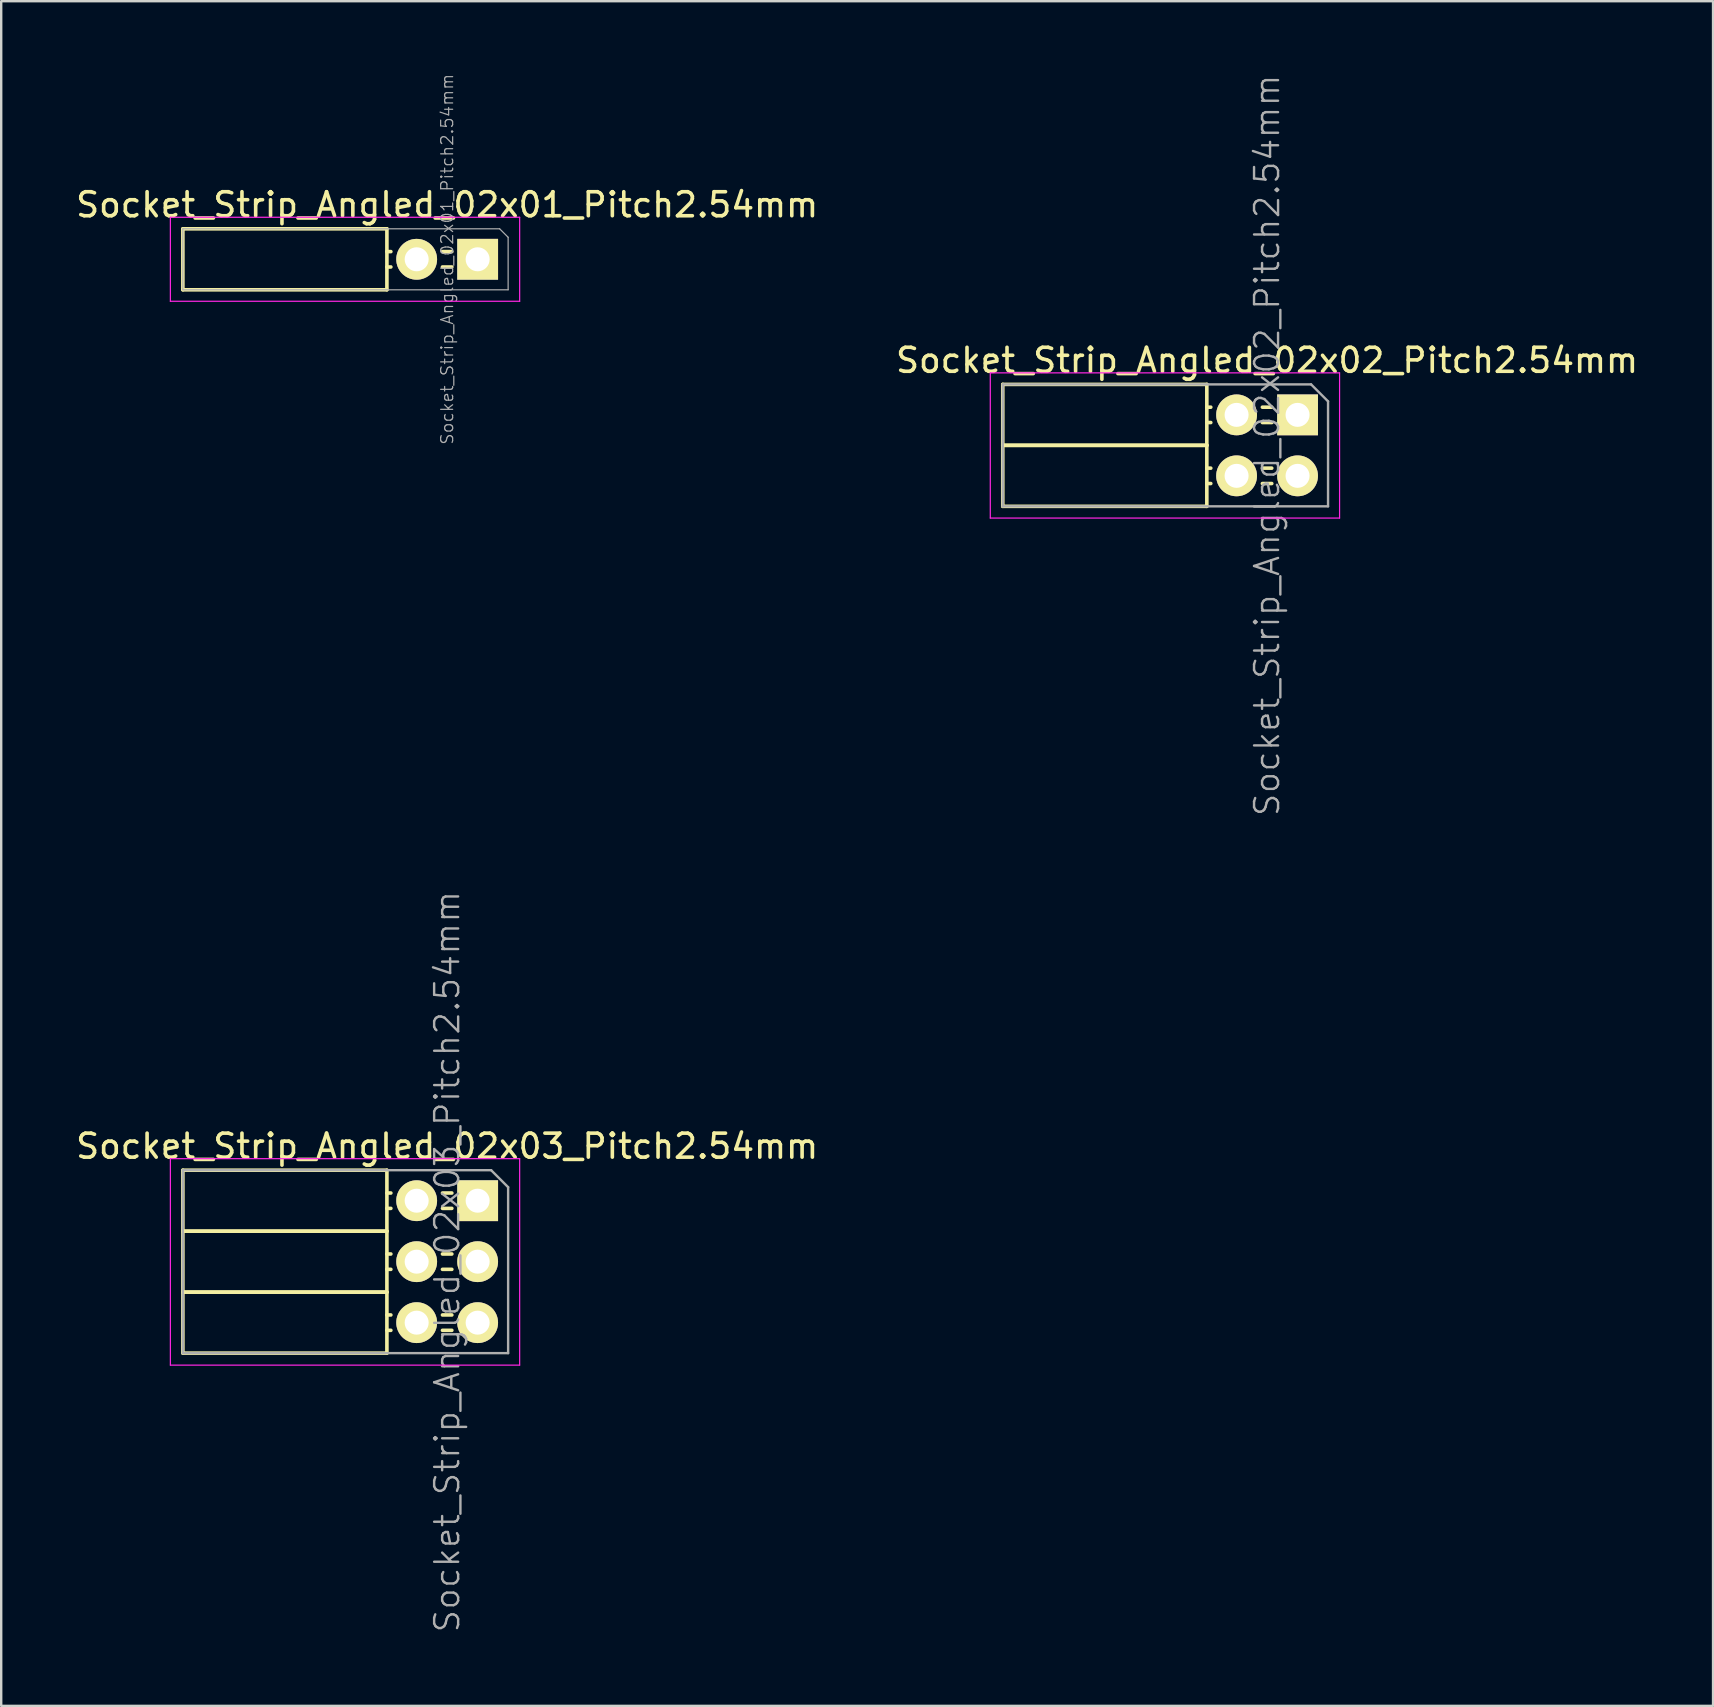
<source format=kicad_pcb>
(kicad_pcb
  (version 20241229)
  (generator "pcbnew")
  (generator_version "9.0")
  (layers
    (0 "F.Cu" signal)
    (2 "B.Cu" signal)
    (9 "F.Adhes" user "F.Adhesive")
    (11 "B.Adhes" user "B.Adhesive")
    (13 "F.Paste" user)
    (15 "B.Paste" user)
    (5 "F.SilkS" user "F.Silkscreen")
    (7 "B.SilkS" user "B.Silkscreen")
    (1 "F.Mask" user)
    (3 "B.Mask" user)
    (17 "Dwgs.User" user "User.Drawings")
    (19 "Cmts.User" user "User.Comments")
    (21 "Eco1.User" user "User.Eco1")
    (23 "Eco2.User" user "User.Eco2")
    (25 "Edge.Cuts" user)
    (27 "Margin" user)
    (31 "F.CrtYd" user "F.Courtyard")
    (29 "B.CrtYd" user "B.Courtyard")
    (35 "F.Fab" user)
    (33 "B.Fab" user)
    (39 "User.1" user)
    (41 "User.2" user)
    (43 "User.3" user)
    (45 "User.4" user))
  (footprint "Socket_Strip_Angled_02x02_Pitch2.54mm"
    (layer "F.Cu")
    (at 51.002 14.232)
    (property "Reference" "Socket_Strip_Angled_02x02_Pitch2.54mm" (at -1.27 -2.27 0) (layer "F.SilkS") (effects (font (size 1 1) (thickness 0.15))))
    (attr smd)
    (fp_line (start -12.28 -1.27) (end -12.28 1.27) (stroke (width 0.15) (type solid)) (layer "F.SilkS"))
    (fp_line (start -12.28 -1.27) (end -3.78 -1.27) (stroke (width 0.15) (type solid)) (layer "F.SilkS"))
    (fp_line (start -12.28 1.27) (end -12.28 3.81) (stroke (width 0.15) (type solid)) (layer "F.SilkS"))
    (fp_line (start -12.28 1.27) (end -3.78 1.27) (stroke (width 0.15) (type solid)) (layer "F.SilkS"))
    (fp_line (start -12.28 1.27) (end -3.78 1.27) (stroke (width 0.15) (type solid)) (layer "F.SilkS"))
    (fp_line (start -12.28 3.81) (end -3.78 3.81) (stroke (width 0.15) (type solid)) (layer "F.SilkS"))
    (fp_line (start -3.78 -1.27) (end -3.78 1.27) (stroke (width 0.15) (type solid)) (layer "F.SilkS"))
    (fp_line (start -3.78 -0.32) (end -3.615 -0.32) (stroke (width 0.15) (type solid)) (layer "F.SilkS"))
    (fp_line (start -3.78 0.32) (end -3.615 0.32) (stroke (width 0.15) (type solid)) (layer "F.SilkS"))
    (fp_line (start -3.78 1.27) (end -3.78 3.81) (stroke (width 0.15) (type solid)) (layer "F.SilkS"))
    (fp_line (start -3.78 2.22) (end -3.615 2.22) (stroke (width 0.15) (type solid)) (layer "F.SilkS"))
    (fp_line (start -3.78 2.86) (end -3.615 2.86) (stroke (width 0.15) (type solid)) (layer "F.SilkS"))
    (fp_line (start -1.075 -0.32) (end -1.465 -0.32) (stroke (width 0.15) (type solid)) (layer "F.SilkS"))
    (fp_line (start -1.075 0.32) (end -1.465 0.32) (stroke (width 0.15) (type solid)) (layer "F.SilkS"))
    (fp_line (start -1.075 2.22) (end -1.465 2.22) (stroke (width 0.15) (type solid)) (layer "F.SilkS"))
    (fp_line (start -1.075 2.86) (end -1.465 2.86) (stroke (width 0.15) (type solid)) (layer "F.SilkS"))
    (fp_line (start -12.8 -1.75) (end 1.75 -1.75) (stroke (width 0.05) (type solid)) (layer "F.CrtYd"))
    (fp_line (start -12.8 4.3) (end -12.8 -1.75) (stroke (width 0.05) (type solid)) (layer "F.CrtYd"))
    (fp_line (start -12.8 4.3) (end 1.75 4.3) (stroke (width 0.05) (type solid)) (layer "F.CrtYd"))
    (fp_line (start 1.75 4.3) (end 1.75 -1.75) (stroke (width 0.05) (type solid)) (layer "F.CrtYd"))
    (fp_line (start -12.28 -1.27) (end 0.563 -1.27) (stroke (width 0.1) (type solid)) (layer "F.Fab"))
    (fp_line (start -12.28 3.81) (end -12.28 -1.27) (stroke (width 0.1) (type solid)) (layer "F.Fab"))
    (fp_line (start -12.28 3.81) (end 1.27 3.81) (stroke (width 0.1) (type solid)) (layer "F.Fab"))
    (fp_line (start 1.27 -0.563) (end 0.563 -1.27) (stroke (width 0.1) (type solid)) (layer "F.Fab"))
    (fp_line (start 1.27 3.81) (end 1.27 -0.563) (stroke (width 0.1) (type solid)) (layer "F.Fab"))
    (fp_text user "${REFERENCE}" (at -1.27 1.27 90) (layer "F.Fab") (effects (font (size 1 1) (thickness 0.1))))
    (pad "1" thru_hole rect (at 0 0) (size 1.7 1.7) (drill 1) (layers "*.Cu" "*.Mask" "F.SilkS"))
    (pad "2" thru_hole oval (at -2.54 0) (size 1.7 1.7) (drill 1) (layers "*.Cu" "*.Mask" "F.SilkS"))
    (pad "3" thru_hole oval (at 0 2.54) (size 1.7 1.7) (drill 1) (layers "*.Cu" "*.Mask" "F.SilkS"))
    (pad "4" thru_hole oval (at -2.54 2.54) (size 1.7 1.7) (drill 1) (layers "*.Cu" "*.Mask" "F.SilkS")))
  (footprint "Socket_Strip_Angled_02x03_Pitch2.54mm"
    (layer "F.Cu")
    (at 16.847 46.967)
    (property "Reference" "Socket_Strip_Angled_02x03_Pitch2.54mm" (at -1.27 -2.27 0) (layer "F.SilkS") (effects (font (size 1 1) (thickness 0.15))))
    (attr smd)
    (fp_line (start -12.28 -1.27) (end -12.28 1.27) (stroke (width 0.15) (type solid)) (layer "F.SilkS"))
    (fp_line (start -12.28 -1.27) (end -3.78 -1.27) (stroke (width 0.15) (type solid)) (layer "F.SilkS"))
    (fp_line (start -12.28 1.27) (end -12.28 3.81) (stroke (width 0.15) (type solid)) (layer "F.SilkS"))
    (fp_line (start -12.28 1.27) (end -3.78 1.27) (stroke (width 0.15) (type solid)) (layer "F.SilkS"))
    (fp_line (start -12.28 1.27) (end -3.78 1.27) (stroke (width 0.15) (type solid)) (layer "F.SilkS"))
    (fp_line (start -12.28 3.81) (end -12.28 6.35) (stroke (width 0.15) (type solid)) (layer "F.SilkS"))
    (fp_line (start -12.28 3.81) (end -3.78 3.81) (stroke (width 0.15) (type solid)) (layer "F.SilkS"))
    (fp_line (start -12.28 3.81) (end -3.78 3.81) (stroke (width 0.15) (type solid)) (layer "F.SilkS"))
    (fp_line (start -12.28 6.35) (end -3.78 6.35) (stroke (width 0.15) (type solid)) (layer "F.SilkS"))
    (fp_line (start -3.78 -1.27) (end -3.78 1.27) (stroke (width 0.15) (type solid)) (layer "F.SilkS"))
    (fp_line (start -3.78 -0.32) (end -3.615 -0.32) (stroke (width 0.15) (type solid)) (layer "F.SilkS"))
    (fp_line (start -3.78 0.32) (end -3.615 0.32) (stroke (width 0.15) (type solid)) (layer "F.SilkS"))
    (fp_line (start -3.78 1.27) (end -3.78 3.81) (stroke (width 0.15) (type solid)) (layer "F.SilkS"))
    (fp_line (start -3.78 2.22) (end -3.615 2.22) (stroke (width 0.15) (type solid)) (layer "F.SilkS"))
    (fp_line (start -3.78 2.86) (end -3.615 2.86) (stroke (width 0.15) (type solid)) (layer "F.SilkS"))
    (fp_line (start -3.78 3.81) (end -3.78 6.35) (stroke (width 0.15) (type solid)) (layer "F.SilkS"))
    (fp_line (start -3.78 4.76) (end -3.615 4.76) (stroke (width 0.15) (type solid)) (layer "F.SilkS"))
    (fp_line (start -3.78 5.4) (end -3.615 5.4) (stroke (width 0.15) (type solid)) (layer "F.SilkS"))
    (fp_line (start -1.075 -0.32) (end -1.465 -0.32) (stroke (width 0.15) (type solid)) (layer "F.SilkS"))
    (fp_line (start -1.075 0.32) (end -1.465 0.32) (stroke (width 0.15) (type solid)) (layer "F.SilkS"))
    (fp_line (start -1.075 2.22) (end -1.465 2.22) (stroke (width 0.15) (type solid)) (layer "F.SilkS"))
    (fp_line (start -1.075 2.86) (end -1.465 2.86) (stroke (width 0.15) (type solid)) (layer "F.SilkS"))
    (fp_line (start -1.075 4.76) (end -1.465 4.76) (stroke (width 0.15) (type solid)) (layer "F.SilkS"))
    (fp_line (start -1.075 5.4) (end -1.465 5.4) (stroke (width 0.15) (type solid)) (layer "F.SilkS"))
    (fp_line (start -12.8 -1.75) (end 1.75 -1.75) (stroke (width 0.05) (type solid)) (layer "F.CrtYd"))
    (fp_line (start -12.8 6.85) (end -12.8 -1.75) (stroke (width 0.05) (type solid)) (layer "F.CrtYd"))
    (fp_line (start -12.8 6.85) (end 1.75 6.85) (stroke (width 0.05) (type solid)) (layer "F.CrtYd"))
    (fp_line (start 1.75 6.85) (end 1.75 -1.75) (stroke (width 0.05) (type solid)) (layer "F.CrtYd"))
    (fp_line (start -12.28 -1.27) (end 0.563 -1.27) (stroke (width 0.1) (type solid)) (layer "F.Fab"))
    (fp_line (start -12.28 6.35) (end -12.28 -1.27) (stroke (width 0.1) (type solid)) (layer "F.Fab"))
    (fp_line (start -12.28 6.35) (end 1.27 6.35) (stroke (width 0.1) (type solid)) (layer "F.Fab"))
    (fp_line (start 1.27 -0.563) (end 0.563 -1.27) (stroke (width 0.1) (type solid)) (layer "F.Fab"))
    (fp_line (start 1.27 6.35) (end 1.27 -0.563) (stroke (width 0.1) (type solid)) (layer "F.Fab"))
    (fp_text user "${REFERENCE}" (at -1.27 2.54 90) (layer "F.Fab") (effects (font (size 1 1) (thickness 0.1))))
    (pad "1" thru_hole rect (at 0 0) (size 1.7 1.7) (drill 1) (layers "*.Cu" "*.Mask" "F.SilkS"))
    (pad "2" thru_hole oval (at -2.54 0) (size 1.7 1.7) (drill 1) (layers "*.Cu" "*.Mask" "F.SilkS"))
    (pad "3" thru_hole oval (at 0 2.54) (size 1.7 1.7) (drill 1) (layers "*.Cu" "*.Mask" "F.SilkS"))
    (pad "4" thru_hole oval (at -2.54 2.54) (size 1.7 1.7) (drill 1) (layers "*.Cu" "*.Mask" "F.SilkS"))
    (pad "5" thru_hole oval (at 0 5.08) (size 1.7 1.7) (drill 1) (layers "*.Cu" "*.Mask" "F.SilkS"))
    (pad "6" thru_hole oval (at -2.54 5.08) (size 1.7 1.7) (drill 1) (layers "*.Cu" "*.Mask" "F.SilkS")))
  (footprint "Socket_Strip_Angled_02x01_Pitch2.54mm"
    (layer "F.Cu")
    (at 16.847 7.751)
    (property "Reference" "Socket_Strip_Angled_02x01_Pitch2.54mm" (at -1.27 -2.27 0) (layer "F.SilkS") (effects (font (size 1 1) (thickness 0.15))))
    (attr smd)
    (fp_line (start -12.28 -1.27) (end -12.28 1.27) (stroke (width 0.15) (type solid)) (layer "F.SilkS"))
    (fp_line (start -12.28 -1.27) (end -3.78 -1.27) (stroke (width 0.15) (type solid)) (layer "F.SilkS"))
    (fp_line (start -12.28 1.27) (end -3.78 1.27) (stroke (width 0.15) (type solid)) (layer "F.SilkS"))
    (fp_line (start -3.78 -1.27) (end -3.78 1.27) (stroke (width 0.15) (type solid)) (layer "F.SilkS"))
    (fp_line (start -3.78 -0.32) (end -3.615 -0.32) (stroke (width 0.15) (type solid)) (layer "F.SilkS"))
    (fp_line (start -3.78 0.32) (end -3.615 0.32) (stroke (width 0.15) (type solid)) (layer "F.SilkS"))
    (fp_line (start -1.075 -0.32) (end -1.465 -0.32) (stroke (width 0.15) (type solid)) (layer "F.SilkS"))
    (fp_line (start -1.075 0.32) (end -1.465 0.32) (stroke (width 0.15) (type solid)) (layer "F.SilkS"))
    (fp_line (start -12.8 -1.75) (end 1.75 -1.75) (stroke (width 0.05) (type solid)) (layer "F.CrtYd"))
    (fp_line (start -12.8 1.75) (end -12.8 -1.75) (stroke (width 0.05) (type solid)) (layer "F.CrtYd"))
    (fp_line (start -12.8 1.75) (end 1.75 1.75) (stroke (width 0.05) (type solid)) (layer "F.CrtYd"))
    (fp_line (start 1.75 1.75) (end 1.75 -1.75) (stroke (width 0.05) (type solid)) (layer "F.CrtYd"))
    (fp_line (start -12.28 -1.27) (end 0.916 -1.27) (stroke (width 0.05) (type solid)) (layer "F.Fab"))
    (fp_line (start -12.28 1.27) (end -12.28 -1.27) (stroke (width 0.05) (type solid)) (layer "F.Fab"))
    (fp_line (start -12.28 1.27) (end 1.27 1.27) (stroke (width 0.05) (type solid)) (layer "F.Fab"))
    (fp_line (start 1.27 -0.916) (end 0.916 -1.27) (stroke (width 0.05) (type solid)) (layer "F.Fab"))
    (fp_line (start 1.27 1.27) (end 1.27 -0.916) (stroke (width 0.05) (type solid)) (layer "F.Fab"))
    (fp_text user "${REFERENCE}" (at -1.27 0 90) (layer "F.Fab") (effects (font (size 0.5 0.5) (thickness 0.05))))
    (pad "1" thru_hole rect (at 0 0) (size 1.7 1.7) (drill 1) (layers "*.Cu" "*.Mask" "F.SilkS"))
    (pad "2" thru_hole oval (at -2.54 0) (size 1.7 1.7) (drill 1) (layers "*.Cu" "*.Mask" "F.SilkS")))
  (gr_rect
    (start -3 -3)
    (end 68.31 68.01)
    (stroke (width 0.1) (type default))
    (fill no)
    (layer "Edge.Cuts")))
</source>
